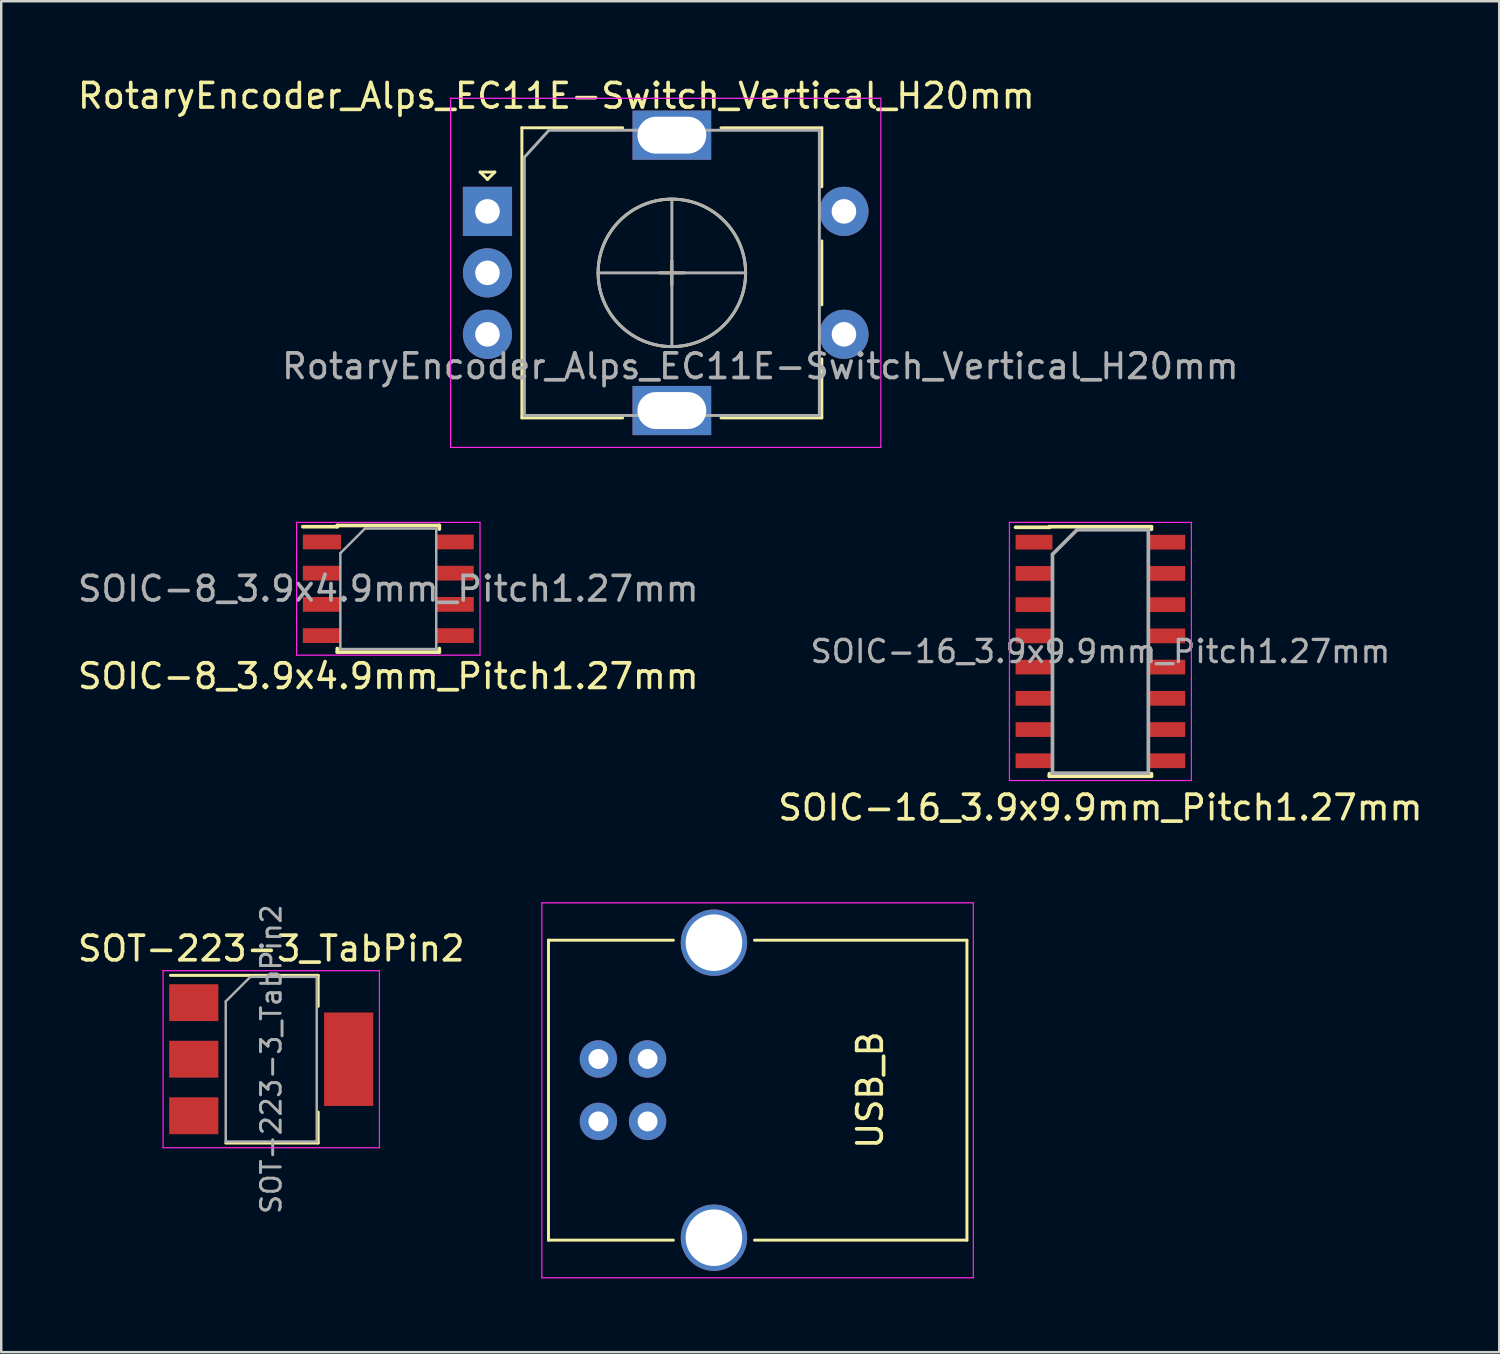
<source format=kicad_pcb>
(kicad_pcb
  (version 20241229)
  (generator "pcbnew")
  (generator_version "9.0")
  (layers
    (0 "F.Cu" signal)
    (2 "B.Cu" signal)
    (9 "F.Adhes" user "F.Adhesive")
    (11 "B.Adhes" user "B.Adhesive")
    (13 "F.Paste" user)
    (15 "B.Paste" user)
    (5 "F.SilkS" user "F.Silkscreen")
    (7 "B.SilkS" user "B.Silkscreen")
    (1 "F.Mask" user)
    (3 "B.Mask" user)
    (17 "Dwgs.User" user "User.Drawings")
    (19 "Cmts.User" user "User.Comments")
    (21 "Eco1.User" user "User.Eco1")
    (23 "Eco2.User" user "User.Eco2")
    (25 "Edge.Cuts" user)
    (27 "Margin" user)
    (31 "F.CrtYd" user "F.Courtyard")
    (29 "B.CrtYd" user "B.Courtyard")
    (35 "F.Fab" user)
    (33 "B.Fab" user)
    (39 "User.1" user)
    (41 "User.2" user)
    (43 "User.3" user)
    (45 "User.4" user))
  (footprint "SOT-223-3_TabPin2"
    (layer "F.Cu")
    (at 7.982 40.032)
    (property "Reference" "SOT-223-3_TabPin2" (at 0 -4.5 0) (layer "F.SilkS") (effects (font (size 1 1) (thickness 0.15))))
    (attr smd)
    (fp_line (start -4.1 -3.41) (end 1.91 -3.41) (stroke (width 0.12) (type solid)) (layer "F.SilkS"))
    (fp_line (start -1.85 3.41) (end 1.91 3.41) (stroke (width 0.12) (type solid)) (layer "F.SilkS"))
    (fp_line (start 1.91 -3.41) (end 1.91 -2.15) (stroke (width 0.12) (type solid)) (layer "F.SilkS"))
    (fp_line (start 1.91 3.41) (end 1.91 2.15) (stroke (width 0.12) (type solid)) (layer "F.SilkS"))
    (fp_line (start -4.4 -3.6) (end -4.4 3.6) (stroke (width 0.05) (type solid)) (layer "F.CrtYd"))
    (fp_line (start -4.4 3.6) (end 4.4 3.6) (stroke (width 0.05) (type solid)) (layer "F.CrtYd"))
    (fp_line (start 4.4 -3.6) (end -4.4 -3.6) (stroke (width 0.05) (type solid)) (layer "F.CrtYd"))
    (fp_line (start 4.4 3.6) (end 4.4 -3.6) (stroke (width 0.05) (type solid)) (layer "F.CrtYd"))
    (fp_line (start -1.85 -2.35) (end -1.85 3.35) (stroke (width 0.1) (type solid)) (layer "F.Fab"))
    (fp_line (start -1.85 -2.35) (end -0.85 -3.35) (stroke (width 0.1) (type solid)) (layer "F.Fab"))
    (fp_line (start -1.85 3.35) (end 1.85 3.35) (stroke (width 0.1) (type solid)) (layer "F.Fab"))
    (fp_line (start -0.85 -3.35) (end 1.85 -3.35) (stroke (width 0.1) (type solid)) (layer "F.Fab"))
    (fp_line (start 1.85 -3.35) (end 1.85 3.35) (stroke (width 0.1) (type solid)) (layer "F.Fab"))
    (fp_text user "${REFERENCE}" (at 0 0 90) (layer "F.Fab") (effects (font (size 0.8 0.8) (thickness 0.12))))
    (pad "1" smd rect (at -3.15 -2.3) (size 2 1.5) (layers "F.Cu" "F.Mask" "F.Paste"))
    (pad "2" smd rect (at -3.15 0) (size 2 1.5) (layers "F.Cu" "F.Mask" "F.Paste"))
    (pad "2" smd rect (at 3.15 0) (size 2 3.8) (layers "F.Cu" "F.Mask" "F.Paste"))
    (pad "3" smd rect (at -3.15 2.3) (size 2 1.5) (layers "F.Cu" "F.Mask" "F.Paste")))
  (footprint "USB_B"
    (layer "F.Cu")
    (at 21.289 40.022)
    (property "Reference" "USB_B" (at 11.05 1.27 90) (layer "F.SilkS") (effects (font (size 1 1) (thickness 0.15))))
    (attr through_hole)
    (fp_line (start -2.03 -4.83) (end 3.05 -4.83) (stroke (width 0.12) (type solid)) (layer "F.SilkS"))
    (fp_line (start -2.03 7.37) (end -2.03 -4.83) (stroke (width 0.12) (type solid)) (layer "F.SilkS"))
    (fp_line (start -2.03 7.37) (end 3.05 7.37) (stroke (width 0.12) (type solid)) (layer "F.SilkS"))
    (fp_line (start 6.35 -4.83) (end 14.99 -4.83) (stroke (width 0.12) (type solid)) (layer "F.SilkS"))
    (fp_line (start 6.35 7.37) (end 14.99 7.37) (stroke (width 0.12) (type solid)) (layer "F.SilkS"))
    (fp_line (start 14.99 -4.83) (end 14.99 7.37) (stroke (width 0.12) (type solid)) (layer "F.SilkS"))
    (fp_line (start -2.3 -6.35) (end 15.25 -6.35) (stroke (width 0.05) (type solid)) (layer "F.CrtYd"))
    (fp_line (start -2.3 8.9) (end -2.3 -6.35) (stroke (width 0.05) (type solid)) (layer "F.CrtYd"))
    (fp_line (start 15.25 -6.35) (end 15.25 8.9) (stroke (width 0.05) (type solid)) (layer "F.CrtYd"))
    (fp_line (start 15.25 8.9) (end -2.3 8.9) (stroke (width 0.05) (type solid)) (layer "F.CrtYd"))
    (pad "1" thru_hole circle (at 0 0 270) (size 1.52 1.52) (drill 0.81) (layers "*.Cu" "*.Mask"))
    (pad "2" thru_hole circle (at 0 2.54 270) (size 1.52 1.52) (drill 0.81) (layers "*.Cu" "*.Mask"))
    (pad "3" thru_hole circle (at 2 2.54 270) (size 1.52 1.52) (drill 0.81) (layers "*.Cu" "*.Mask"))
    (pad "4" thru_hole circle (at 2 0 270) (size 1.52 1.52) (drill 0.81) (layers "*.Cu" "*.Mask"))
    (pad "5" thru_hole circle (at 4.7 -4.73 270) (size 2.7 2.7) (drill 2.3) (layers "*.Cu" "*.Mask"))
    (pad "5" thru_hole circle (at 4.7 7.27 270) (size 2.7 2.7) (drill 2.3) (layers "*.Cu" "*.Mask")))
  (footprint "SOIC-8_3.9x4.9mm_Pitch1.27mm"
    (layer "F.Cu")
    (at 12.744 20.898)
    (property "Reference" "SOIC-8_3.9x4.9mm_Pitch1.27mm" (at 0 3.556 0) (layer "F.SilkS") (effects (font (size 1 1) (thickness 0.15))))
    (attr smd)
    (fp_line (start -2.075 -2.575) (end -2.075 -2.525) (stroke (width 0.15) (type solid)) (layer "F.SilkS"))
    (fp_line (start -2.075 -2.575) (end 2.075 -2.575) (stroke (width 0.15) (type solid)) (layer "F.SilkS"))
    (fp_line (start -2.075 -2.525) (end -3.475 -2.525) (stroke (width 0.15) (type solid)) (layer "F.SilkS"))
    (fp_line (start -2.075 2.575) (end -2.075 2.43) (stroke (width 0.15) (type solid)) (layer "F.SilkS"))
    (fp_line (start -2.075 2.575) (end 2.075 2.575) (stroke (width 0.15) (type solid)) (layer "F.SilkS"))
    (fp_line (start 2.075 -2.575) (end 2.075 -2.43) (stroke (width 0.15) (type solid)) (layer "F.SilkS"))
    (fp_line (start 2.075 2.575) (end 2.075 2.43) (stroke (width 0.15) (type solid)) (layer "F.SilkS"))
    (fp_line (start -3.73 -2.7) (end -3.73 2.7) (stroke (width 0.05) (type solid)) (layer "F.CrtYd"))
    (fp_line (start -3.73 -2.7) (end 3.73 -2.7) (stroke (width 0.05) (type solid)) (layer "F.CrtYd"))
    (fp_line (start -3.73 2.7) (end 3.73 2.7) (stroke (width 0.05) (type solid)) (layer "F.CrtYd"))
    (fp_line (start 3.73 -2.7) (end 3.73 2.7) (stroke (width 0.05) (type solid)) (layer "F.CrtYd"))
    (fp_line (start -1.95 -1.45) (end -0.95 -2.45) (stroke (width 0.1) (type solid)) (layer "F.Fab"))
    (fp_line (start -1.95 2.45) (end -1.95 -1.45) (stroke (width 0.1) (type solid)) (layer "F.Fab"))
    (fp_line (start -0.95 -2.45) (end 1.95 -2.45) (stroke (width 0.1) (type solid)) (layer "F.Fab"))
    (fp_line (start 1.95 -2.45) (end 1.95 2.45) (stroke (width 0.1) (type solid)) (layer "F.Fab"))
    (fp_line (start 1.95 2.45) (end -1.95 2.45) (stroke (width 0.1) (type solid)) (layer "F.Fab"))
    (fp_text user "${REFERENCE}" (at 0 0 0) (layer "F.Fab") (effects (font (size 1 1) (thickness 0.15))))
    (pad "1" smd rect (at -2.7 -1.905) (size 1.55 0.6) (layers "F.Cu" "F.Mask" "F.Paste"))
    (pad "2" smd rect (at -2.7 -0.635) (size 1.55 0.6) (layers "F.Cu" "F.Mask" "F.Paste"))
    (pad "3" smd rect (at -2.7 0.635) (size 1.55 0.6) (layers "F.Cu" "F.Mask" "F.Paste"))
    (pad "4" smd rect (at -2.7 1.905) (size 1.55 0.6) (layers "F.Cu" "F.Mask" "F.Paste"))
    (pad "5" smd rect (at 2.7 1.905) (size 1.55 0.6) (layers "F.Cu" "F.Mask" "F.Paste"))
    (pad "6" smd rect (at 2.7 0.635) (size 1.55 0.6) (layers "F.Cu" "F.Mask" "F.Paste"))
    (pad "7" smd rect (at 2.7 -0.635) (size 1.55 0.6) (layers "F.Cu" "F.Mask" "F.Paste"))
    (pad "8" smd rect (at 2.7 -1.905) (size 1.55 0.6) (layers "F.Cu" "F.Mask" "F.Paste")))
  (footprint "SOIC-16_3.9x9.9mm_Pitch1.27mm"
    (layer "F.Cu")
    (at 41.708 23.448)
    (property "Reference" "SOIC-16_3.9x9.9mm_Pitch1.27mm" (at 0 6.35 0) (layer "F.SilkS") (effects (font (size 1 1) (thickness 0.15))))
    (attr smd)
    (fp_line (start -2.075 -5.075) (end -2.075 -5.05) (stroke (width 0.15) (type solid)) (layer "F.SilkS"))
    (fp_line (start -2.075 -5.075) (end 2.075 -5.075) (stroke (width 0.15) (type solid)) (layer "F.SilkS"))
    (fp_line (start -2.075 -5.05) (end -3.45 -5.05) (stroke (width 0.15) (type solid)) (layer "F.SilkS"))
    (fp_line (start -2.075 5.075) (end -2.075 4.97) (stroke (width 0.15) (type solid)) (layer "F.SilkS"))
    (fp_line (start -2.075 5.075) (end 2.075 5.075) (stroke (width 0.15) (type solid)) (layer "F.SilkS"))
    (fp_line (start 2.075 -5.075) (end 2.075 -4.97) (stroke (width 0.15) (type solid)) (layer "F.SilkS"))
    (fp_line (start 2.075 5.075) (end 2.075 4.97) (stroke (width 0.15) (type solid)) (layer "F.SilkS"))
    (fp_line (start -3.7 -5.25) (end -3.7 5.25) (stroke (width 0.05) (type solid)) (layer "F.CrtYd"))
    (fp_line (start -3.7 -5.25) (end 3.7 -5.25) (stroke (width 0.05) (type solid)) (layer "F.CrtYd"))
    (fp_line (start -3.7 5.25) (end 3.7 5.25) (stroke (width 0.05) (type solid)) (layer "F.CrtYd"))
    (fp_line (start 3.7 -5.25) (end 3.7 5.25) (stroke (width 0.05) (type solid)) (layer "F.CrtYd"))
    (fp_line (start -1.95 -3.95) (end -0.95 -4.95) (stroke (width 0.15) (type solid)) (layer "F.Fab"))
    (fp_line (start -1.95 4.95) (end -1.95 -3.95) (stroke (width 0.15) (type solid)) (layer "F.Fab"))
    (fp_line (start -0.95 -4.95) (end 1.95 -4.95) (stroke (width 0.15) (type solid)) (layer "F.Fab"))
    (fp_line (start 1.95 -4.95) (end 1.95 4.95) (stroke (width 0.15) (type solid)) (layer "F.Fab"))
    (fp_line (start 1.95 4.95) (end -1.95 4.95) (stroke (width 0.15) (type solid)) (layer "F.Fab"))
    (fp_text user "${REFERENCE}" (at 0 0 0) (layer "F.Fab") (effects (font (size 0.9 0.9) (thickness 0.135))))
    (pad "1" smd rect (at -2.7 -4.445) (size 1.5 0.6) (layers "F.Cu" "F.Mask" "F.Paste"))
    (pad "2" smd rect (at -2.7 -3.175) (size 1.5 0.6) (layers "F.Cu" "F.Mask" "F.Paste"))
    (pad "3" smd rect (at -2.7 -1.905) (size 1.5 0.6) (layers "F.Cu" "F.Mask" "F.Paste"))
    (pad "4" smd rect (at -2.7 -0.635) (size 1.5 0.6) (layers "F.Cu" "F.Mask" "F.Paste"))
    (pad "5" smd rect (at -2.7 0.635) (size 1.5 0.6) (layers "F.Cu" "F.Mask" "F.Paste"))
    (pad "6" smd rect (at -2.7 1.905) (size 1.5 0.6) (layers "F.Cu" "F.Mask" "F.Paste"))
    (pad "7" smd rect (at -2.7 3.175) (size 1.5 0.6) (layers "F.Cu" "F.Mask" "F.Paste"))
    (pad "8" smd rect (at -2.7 4.445) (size 1.5 0.6) (layers "F.Cu" "F.Mask" "F.Paste"))
    (pad "9" smd rect (at 2.7 4.445) (size 1.5 0.6) (layers "F.Cu" "F.Mask" "F.Paste"))
    (pad "10" smd rect (at 2.7 3.175) (size 1.5 0.6) (layers "F.Cu" "F.Mask" "F.Paste"))
    (pad "11" smd rect (at 2.7 1.905) (size 1.5 0.6) (layers "F.Cu" "F.Mask" "F.Paste"))
    (pad "12" smd rect (at 2.7 0.635) (size 1.5 0.6) (layers "F.Cu" "F.Mask" "F.Paste"))
    (pad "13" smd rect (at 2.7 -0.635) (size 1.5 0.6) (layers "F.Cu" "F.Mask" "F.Paste"))
    (pad "14" smd rect (at 2.7 -1.905) (size 1.5 0.6) (layers "F.Cu" "F.Mask" "F.Paste"))
    (pad "15" smd rect (at 2.7 -3.175) (size 1.5 0.6) (layers "F.Cu" "F.Mask" "F.Paste"))
    (pad "16" smd rect (at 2.7 -4.445) (size 1.5 0.6) (layers "F.Cu" "F.Mask" "F.Paste")))
  (footprint "RotaryEncoder_Alps_EC11E-Switch_Vertical_H20mm"
    (layer "F.Cu")
    (at 16.777 5.548)
    (property "Reference" "RotaryEncoder_Alps_EC11E-Switch_Vertical_H20mm" (at 2.8 -4.7 0) (layer "F.SilkS") (effects (font (size 1 1) (thickness 0.15))))
    (attr through_hole)
    (fp_line (start -0.3 -1.6) (end 0.3 -1.6) (stroke (width 0.12) (type solid)) (layer "F.SilkS"))
    (fp_line (start 0 -1.3) (end -0.3 -1.6) (stroke (width 0.12) (type solid)) (layer "F.SilkS"))
    (fp_line (start 0.3 -1.6) (end 0 -1.3) (stroke (width 0.12) (type solid)) (layer "F.SilkS"))
    (fp_line (start 1.4 -3.4) (end 1.4 8.4) (stroke (width 0.12) (type solid)) (layer "F.SilkS"))
    (fp_line (start 5.5 -3.4) (end 1.4 -3.4) (stroke (width 0.12) (type solid)) (layer "F.SilkS"))
    (fp_line (start 5.5 8.4) (end 1.4 8.4) (stroke (width 0.12) (type solid)) (layer "F.SilkS"))
    (fp_line (start 7 2.5) (end 8 2.5) (stroke (width 0.12) (type solid)) (layer "F.SilkS"))
    (fp_line (start 7.5 2) (end 7.5 3) (stroke (width 0.12) (type solid)) (layer "F.SilkS"))
    (fp_line (start 9.5 -3.4) (end 13.6 -3.4) (stroke (width 0.12) (type solid)) (layer "F.SilkS"))
    (fp_line (start 13.6 -3.4) (end 13.6 -1) (stroke (width 0.12) (type solid)) (layer "F.SilkS"))
    (fp_line (start 13.6 1.2) (end 13.6 3.8) (stroke (width 0.12) (type solid)) (layer "F.SilkS"))
    (fp_line (start 13.6 6) (end 13.6 8.4) (stroke (width 0.12) (type solid)) (layer "F.SilkS"))
    (fp_line (start 13.6 8.4) (end 9.5 8.4) (stroke (width 0.12) (type solid)) (layer "F.SilkS"))
    (fp_circle (center 7.5 2.5) (end 10.5 2.5) (stroke (width 0.12) (type solid)) (fill no) (layer "F.SilkS"))
    (fp_line (start -1.5 -4.6) (end -1.5 9.6) (stroke (width 0.05) (type solid)) (layer "F.CrtYd"))
    (fp_line (start -1.5 -4.6) (end 16 -4.6) (stroke (width 0.05) (type solid)) (layer "F.CrtYd"))
    (fp_line (start 16 9.6) (end -1.5 9.6) (stroke (width 0.05) (type solid)) (layer "F.CrtYd"))
    (fp_line (start 16 9.6) (end 16 -4.6) (stroke (width 0.05) (type solid)) (layer "F.CrtYd"))
    (fp_line (start 1.5 -2.2) (end 2.5 -3.3) (stroke (width 0.12) (type solid)) (layer "F.Fab"))
    (fp_line (start 1.5 8.3) (end 1.5 -2.2) (stroke (width 0.12) (type solid)) (layer "F.Fab"))
    (fp_line (start 2.5 -3.3) (end 13.5 -3.3) (stroke (width 0.12) (type solid)) (layer "F.Fab"))
    (fp_line (start 4.5 2.5) (end 10.5 2.5) (stroke (width 0.12) (type solid)) (layer "F.Fab"))
    (fp_line (start 7.5 -0.5) (end 7.5 5.5) (stroke (width 0.12) (type solid)) (layer "F.Fab"))
    (fp_line (start 13.5 -3.3) (end 13.5 8.3) (stroke (width 0.12) (type solid)) (layer "F.Fab"))
    (fp_line (start 13.5 8.3) (end 1.5 8.3) (stroke (width 0.12) (type solid)) (layer "F.Fab"))
    (fp_circle (center 7.5 2.5) (end 10.5 2.5) (stroke (width 0.12) (type solid)) (fill no) (layer "F.Fab"))
    (fp_text user "${REFERENCE}" (at 11.1 6.3 0) (layer "F.Fab") (effects (font (size 1 1) (thickness 0.15))))
    (pad "A" thru_hole rect (at 0 0) (size 2 2) (drill 1) (layers "*.Cu" "*.Mask"))
    (pad "B" thru_hole circle (at 0 5) (size 2 2) (drill 1) (layers "*.Cu" "*.Mask"))
    (pad "C" thru_hole circle (at 0 2.5) (size 2 2) (drill 1) (layers "*.Cu" "*.Mask"))
    (pad "MP" thru_hole rect (at 7.5 -3.1) (size 3.2 2) (drill oval 2.8 1.5) (layers "*.Cu" "*.Mask"))
    (pad "MP" thru_hole rect (at 7.5 8.1) (size 3.2 2) (drill oval 2.8 1.5) (layers "*.Cu" "*.Mask"))
    (pad "S1" thru_hole circle (at 14.5 5) (size 2 2) (drill 1) (layers "*.Cu" "*.Mask"))
    (pad "S2" thru_hole circle (at 14.5 0) (size 2 2) (drill 1) (layers "*.Cu" "*.Mask")))
  (gr_rect
    (start -3 -3)
    (end 57.929 51.947)
    (stroke (width 0.1) (type default))
    (fill no)
    (layer "Edge.Cuts")))
</source>
